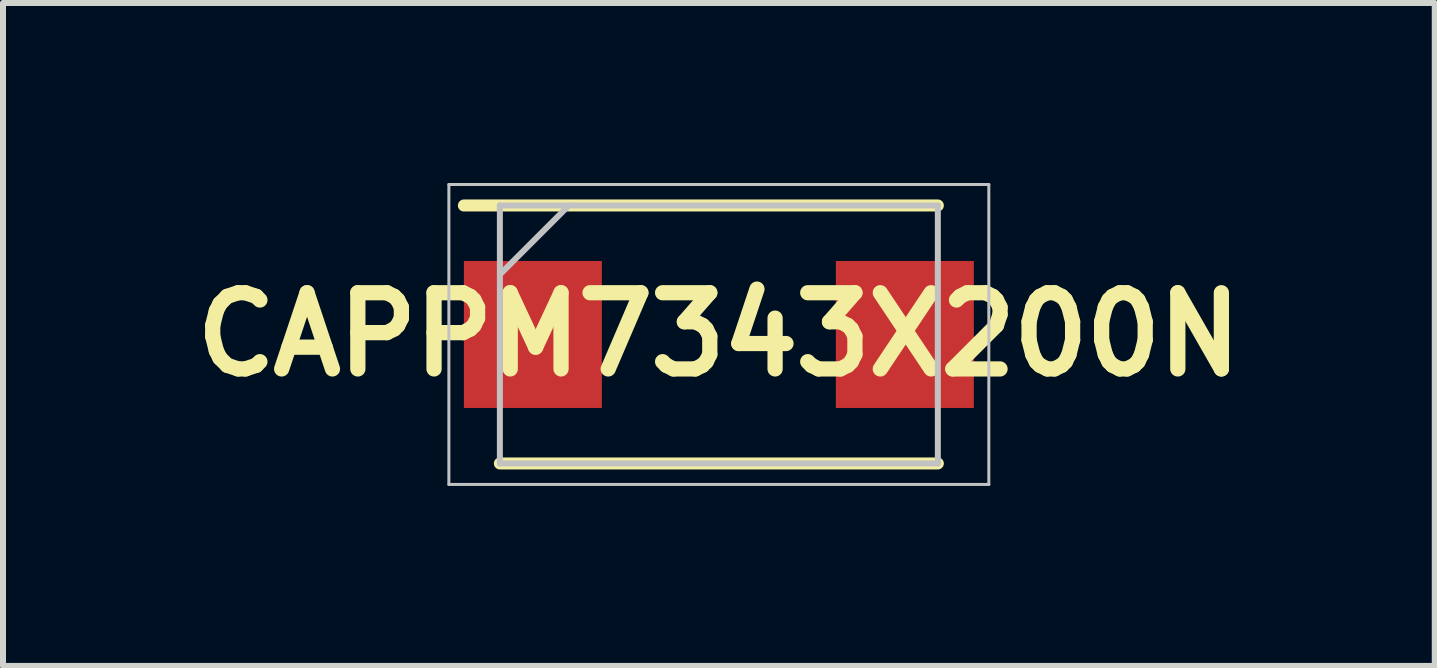
<source format=kicad_pcb>
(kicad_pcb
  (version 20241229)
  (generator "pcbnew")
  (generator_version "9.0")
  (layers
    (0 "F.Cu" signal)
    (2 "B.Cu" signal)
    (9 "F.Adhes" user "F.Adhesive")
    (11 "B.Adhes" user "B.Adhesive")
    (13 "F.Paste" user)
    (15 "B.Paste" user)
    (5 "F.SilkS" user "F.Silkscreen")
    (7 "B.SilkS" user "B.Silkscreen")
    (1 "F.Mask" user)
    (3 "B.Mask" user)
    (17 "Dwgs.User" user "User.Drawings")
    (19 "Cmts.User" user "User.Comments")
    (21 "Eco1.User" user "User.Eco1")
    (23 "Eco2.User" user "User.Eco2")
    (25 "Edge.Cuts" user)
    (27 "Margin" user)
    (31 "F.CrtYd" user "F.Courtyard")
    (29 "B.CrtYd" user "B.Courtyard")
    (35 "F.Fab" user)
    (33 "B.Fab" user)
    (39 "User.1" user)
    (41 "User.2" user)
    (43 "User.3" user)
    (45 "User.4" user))
  (footprint "CAPPM7343X200N"
    (layer "F.Cu")
    (at 8.932 2.525)
    (property "Reference" "CAPPM7343X200N" (at 0 0 0) (layer "F.SilkS") (effects (font (size 1.27 1.27) (thickness 0.254))))
    (attr smd)
    (fp_line (start -3.65 2.15) (end 3.65 2.15) (stroke (width 0.2) (type solid)) (layer "F.SilkS"))
    (fp_line (start 3.65 -2.15) (end -4.25 -2.15) (stroke (width 0.2) (type solid)) (layer "F.SilkS"))
    (fp_line (start -4.5 -2.5) (end 4.5 -2.5) (stroke (width 0.05) (type solid)) (layer "Dwgs.User"))
    (fp_line (start -4.5 2.5) (end -4.5 -2.5) (stroke (width 0.05) (type solid)) (layer "Dwgs.User"))
    (fp_line (start -3.65 -2.15) (end 3.65 -2.15) (stroke (width 0.1) (type solid)) (layer "Dwgs.User"))
    (fp_line (start -3.65 -1) (end -2.5 -2.15) (stroke (width 0.1) (type solid)) (layer "Dwgs.User"))
    (fp_line (start -3.65 2.15) (end -3.65 -2.15) (stroke (width 0.1) (type solid)) (layer "Dwgs.User"))
    (fp_line (start 3.65 -2.15) (end 3.65 2.15) (stroke (width 0.1) (type solid)) (layer "Dwgs.User"))
    (fp_line (start 3.65 2.15) (end -3.65 2.15) (stroke (width 0.1) (type solid)) (layer "Dwgs.User"))
    (fp_line (start 4.5 -2.5) (end 4.5 2.5) (stroke (width 0.05) (type solid)) (layer "Dwgs.User"))
    (fp_line (start 4.5 2.5) (end -4.5 2.5) (stroke (width 0.05) (type solid)) (layer "Dwgs.User"))
    (pad "1" smd rect (at -3.1 0) (size 2.3 2.45) (layers "F.Cu" "F.Mask" "F.Paste"))
    (pad "2" smd rect (at 3.1 0) (size 2.3 2.45) (layers "F.Cu" "F.Mask" "F.Paste")))
  (gr_rect
    (start -3 -3)
    (end 20.865 8.05)
    (stroke (width 0.1) (type default))
    (fill no)
    (layer "Edge.Cuts")))
</source>
